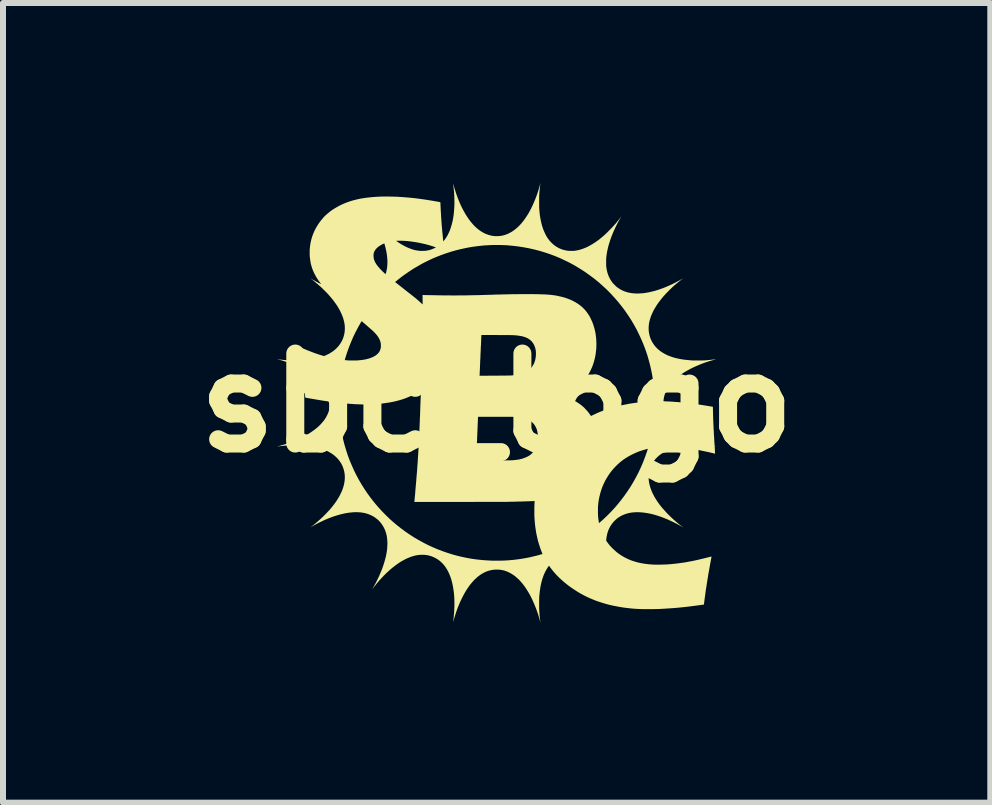
<source format=kicad_pcb>
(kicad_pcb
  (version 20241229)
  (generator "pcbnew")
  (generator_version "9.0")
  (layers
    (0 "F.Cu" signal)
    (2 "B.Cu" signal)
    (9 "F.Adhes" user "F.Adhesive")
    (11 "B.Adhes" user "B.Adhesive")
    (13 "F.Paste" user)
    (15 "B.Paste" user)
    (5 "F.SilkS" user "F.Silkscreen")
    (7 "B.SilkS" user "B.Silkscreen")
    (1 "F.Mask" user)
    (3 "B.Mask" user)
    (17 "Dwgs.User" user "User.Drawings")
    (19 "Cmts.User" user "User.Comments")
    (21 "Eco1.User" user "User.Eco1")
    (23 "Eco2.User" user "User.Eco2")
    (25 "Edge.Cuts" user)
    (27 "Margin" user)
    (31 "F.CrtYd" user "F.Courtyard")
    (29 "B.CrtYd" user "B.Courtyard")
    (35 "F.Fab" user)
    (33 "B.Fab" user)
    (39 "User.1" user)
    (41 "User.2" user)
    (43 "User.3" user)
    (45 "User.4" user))
  (footprint "sbc_logo"
    (layer "F.Cu")
    (at 5.229 3.665)
    (property "Reference" "sbc_logo" (at 0 0 0) (layer "F.SilkS") (effects (font (size 1.5 1.5) (thickness 0.3))))
    (attr board_only exclude_from_pos_files exclude_from_bom)
    (fp_poly (pts (xy -3.105 -2.076) (xy -3.106 -2.075) (xy -3.107 -2.076) (xy -3.106 -2.076)) (stroke (width 0) (type solid)) (fill yes) (layer "F.SilkS"))
    (fp_poly (pts (xy -3.105 2.076) (xy -3.106 2.076) (xy -3.107 2.076) (xy -3.106 2.075)) (stroke (width 0) (type solid)) (fill yes) (layer "F.SilkS"))
    (fp_poly (pts (xy 0.731 -3.664) (xy 0.73 -3.663) (xy 0.729 -3.664) (xy 0.73 -3.665)) (stroke (width 0) (type solid)) (fill yes) (layer "F.SilkS"))
    (fp_poly (pts (xy 0.731 3.664) (xy 0.73 3.665) (xy 0.729 3.664) (xy 0.73 3.663)) (stroke (width 0) (type solid)) (fill yes) (layer "F.SilkS"))
    (fp_poly (pts (xy 2.078 -3.107) (xy 2.077 -3.107) (xy 2.076 -3.107) (xy 2.077 -3.108)) (stroke (width 0) (type solid)) (fill yes) (layer "F.SilkS"))
    (fp_poly (pts (xy 3.664 -0.729) (xy 3.664 -0.728) (xy 3.663 -0.728) (xy 3.662 -0.728) (xy 3.662 -0.729) (xy 3.664 -0.729)) (stroke (width 0) (type solid)) (fill yes) (layer "F.SilkS"))
    (fp_poly (pts (xy 3.664 0.728) (xy 3.664 0.729) (xy 3.663 0.729) (xy 3.662 0.729) (xy 3.662 0.728) (xy 3.664 0.728)) (stroke (width 0) (type solid)) (fill yes) (layer "F.SilkS"))
    (fp_poly (pts (xy 0.729 -3.661) (xy 0.729 -3.658) (xy 0.729 -3.654) (xy 0.728 -3.647) (xy 0.727 -3.639) (xy 0.726 -3.637) (xy 0.723 -3.613) (xy 0.72 -3.587) (xy 0.717 -3.559) (xy 0.714 -3.528) (xy 0.711 -3.494) (xy 0.71 -3.474) (xy 0.709 -3.465) (xy 0.709 -3.453) (xy 0.709 -3.439) (xy 0.708 -3.423) (xy 0.708 -3.405) (xy 0.708 -3.387) (xy 0.708 -3.367) (xy 0.708 -3.348) (xy 0.708 -3.328) (xy 0.708 -3.309) (xy 0.708 -3.291) (xy 0.708 -3.274) (xy 0.709 -3.259) (xy 0.709 -3.246) (xy 0.71 -3.235) (xy 0.71 -3.231) (xy 0.714 -3.182) (xy 0.719 -3.136) (xy 0.725 -3.093) (xy 0.733 -3.052) (xy 0.741 -3.013) (xy 0.75 -2.975) (xy 0.761 -2.938) (xy 0.767 -2.918) (xy 0.779 -2.885) (xy 0.793 -2.852) (xy 0.808 -2.82) (xy 0.823 -2.789) (xy 0.84 -2.761) (xy 0.857 -2.735) (xy 0.86 -2.731) (xy 0.885 -2.699) (xy 0.912 -2.67) (xy 0.94 -2.644) (xy 0.97 -2.62) (xy 1.002 -2.599) (xy 1.035 -2.58) (xy 1.07 -2.565) (xy 1.106 -2.552) (xy 1.143 -2.543) (xy 1.182 -2.536) (xy 1.191 -2.535) (xy 1.202 -2.534) (xy 1.216 -2.533) (xy 1.231 -2.533) (xy 1.246 -2.533) (xy 1.262 -2.533) (xy 1.278 -2.533) (xy 1.292 -2.534) (xy 1.304 -2.535) (xy 1.31 -2.536) (xy 1.352 -2.544) (xy 1.394 -2.554) (xy 1.435 -2.568) (xy 1.477 -2.584) (xy 1.519 -2.603) (xy 1.561 -2.626) (xy 1.604 -2.651) (xy 1.647 -2.679) (xy 1.689 -2.709) (xy 1.711 -2.725) (xy 1.731 -2.742) (xy 1.751 -2.758) (xy 1.77 -2.774) (xy 1.79 -2.791) (xy 1.81 -2.81) (xy 1.831 -2.829) (xy 1.853 -2.851) (xy 1.869 -2.867) (xy 1.902 -2.901) (xy 1.932 -2.932) (xy 1.961 -2.964) (xy 1.988 -2.994) (xy 2.013 -3.025) (xy 2.039 -3.057) (xy 2.061 -3.086) (xy 2.066 -3.093) (xy 2.07 -3.098) (xy 2.074 -3.103) (xy 2.075 -3.105) (xy 2.076 -3.105) (xy 2.075 -3.104) (xy 2.073 -3.1) (xy 2.07 -3.095) (xy 2.066 -3.088) (xy 2.061 -3.08) (xy 2.035 -3.033) (xy 2.009 -2.985) (xy 1.984 -2.934) (xy 1.96 -2.883) (xy 1.938 -2.833) (xy 1.918 -2.783) (xy 1.91 -2.762) (xy 1.892 -2.712) (xy 1.877 -2.664) (xy 1.863 -2.618) (xy 1.852 -2.572) (xy 1.842 -2.526) (xy 1.834 -2.481) (xy 1.828 -2.435) (xy 1.827 -2.428) (xy 1.827 -2.42) (xy 1.826 -2.411) (xy 1.825 -2.402) (xy 1.825 -2.391) (xy 1.825 -2.378) (xy 1.825 -2.363) (xy 1.825 -2.345) (xy 1.825 -2.325) (xy 1.825 -2.307) (xy 1.825 -2.291) (xy 1.826 -2.277) (xy 1.828 -2.264) (xy 1.829 -2.251) (xy 1.831 -2.238) (xy 1.834 -2.223) (xy 1.836 -2.213) (xy 1.845 -2.174) (xy 1.857 -2.136) (xy 1.872 -2.1) (xy 1.889 -2.066) (xy 1.909 -2.034) (xy 1.931 -2.003) (xy 1.94 -1.993) (xy 1.948 -1.984) (xy 1.957 -1.974) (xy 1.968 -1.964) (xy 1.979 -1.953) (xy 1.99 -1.943) (xy 1.999 -1.934) (xy 2.004 -1.93) (xy 2.035 -1.908) (xy 2.067 -1.888) (xy 2.101 -1.871) (xy 2.137 -1.856) (xy 2.175 -1.844) (xy 2.214 -1.835) (xy 2.255 -1.828) (xy 2.298 -1.824) (xy 2.342 -1.822) (xy 2.388 -1.824) (xy 2.436 -1.827) (xy 2.476 -1.832) (xy 2.528 -1.841) (xy 2.582 -1.853) (xy 2.637 -1.867) (xy 2.693 -1.884) (xy 2.75 -1.904) (xy 2.808 -1.926) (xy 2.866 -1.951) (xy 2.926 -1.978) (xy 2.967 -1.999) (xy 2.989 -2.01) (xy 3.012 -2.022) (xy 3.033 -2.033) (xy 3.054 -2.045) (xy 3.074 -2.056) (xy 3.091 -2.066) (xy 3.105 -2.075) (xy 3.108 -2.076) (xy 3.108 -2.076) (xy 3.107 -2.075) (xy 3.103 -2.072) (xy 3.097 -2.068) (xy 3.089 -2.061) (xy 3.087 -2.06) (xy 3.063 -2.041) (xy 3.038 -2.021) (xy 3.012 -2) (xy 2.986 -1.978) (xy 2.96 -1.956) (xy 2.936 -1.935) (xy 2.932 -1.931) (xy 2.923 -1.922) (xy 2.912 -1.912) (xy 2.9 -1.9) (xy 2.887 -1.888) (xy 2.874 -1.875) (xy 2.861 -1.861) (xy 2.848 -1.848) (xy 2.836 -1.836) (xy 2.825 -1.825) (xy 2.816 -1.815) (xy 2.811 -1.809) (xy 2.771 -1.765) (xy 2.735 -1.72) (xy 2.701 -1.676) (xy 2.671 -1.633) (xy 2.644 -1.589) (xy 2.619 -1.547) (xy 2.598 -1.504) (xy 2.579 -1.462) (xy 2.564 -1.421) (xy 2.552 -1.38) (xy 2.542 -1.339) (xy 2.536 -1.3) (xy 2.533 -1.26) (xy 2.533 -1.222) (xy 2.536 -1.184) (xy 2.539 -1.166) (xy 2.547 -1.128) (xy 2.557 -1.092) (xy 2.571 -1.056) (xy 2.588 -1.022) (xy 2.607 -0.99) (xy 2.629 -0.959) (xy 2.653 -0.929) (xy 2.681 -0.902) (xy 2.71 -0.876) (xy 2.742 -0.852) (xy 2.775 -0.831) (xy 2.811 -0.811) (xy 2.848 -0.793) (xy 2.888 -0.777) (xy 2.93 -0.762) (xy 2.975 -0.749) (xy 3.022 -0.738) (xy 3.072 -0.728) (xy 3.124 -0.72) (xy 3.179 -0.714) (xy 3.236 -0.709) (xy 3.24 -0.708) (xy 3.25 -0.708) (xy 3.262 -0.707) (xy 3.276 -0.707) (xy 3.293 -0.707) (xy 3.31 -0.707) (xy 3.329 -0.706) (xy 3.348 -0.706) (xy 3.368 -0.706) (xy 3.387 -0.706) (xy 3.405 -0.707) (xy 3.423 -0.707) (xy 3.438 -0.707) (xy 3.452 -0.708) (xy 3.463 -0.708) (xy 3.466 -0.708) (xy 3.495 -0.71) (xy 3.523 -0.713) (xy 3.551 -0.715) (xy 3.577 -0.718) (xy 3.602 -0.721) (xy 3.624 -0.723) (xy 3.634 -0.725) (xy 3.642 -0.726) (xy 3.649 -0.727) (xy 3.655 -0.727) (xy 3.658 -0.728) (xy 3.658 -0.728) (xy 3.658 -0.727) (xy 3.654 -0.726) (xy 3.649 -0.725) (xy 3.642 -0.723) (xy 3.634 -0.72) (xy 3.579 -0.705) (xy 3.524 -0.688) (xy 3.469 -0.67) (xy 3.415 -0.65) (xy 3.362 -0.628) (xy 3.311 -0.606) (xy 3.261 -0.583) (xy 3.213 -0.558) (xy 3.168 -0.533) (xy 3.125 -0.508) (xy 3.093 -0.487) (xy 3.053 -0.459) (xy 3.016 -0.431) (xy 2.982 -0.401) (xy 2.95 -0.371) (xy 2.921 -0.341) (xy 2.895 -0.311) (xy 2.87 -0.277) (xy 2.848 -0.243) (xy 2.829 -0.208) (xy 2.813 -0.172) (xy 2.8 -0.136) (xy 2.79 -0.099) (xy 2.789 -0.093) (xy 2.788 -0.085) (xy 2.786 -0.076) (xy 2.784 -0.066) (xy 2.783 -0.056) (xy 2.782 -0.046) (xy 2.781 -0.038) (xy 2.78 -0.032) (xy 2.78 -0.029) (xy 2.78 -0.028) (xy 2.781 -0.028) (xy 2.782 -0.027) (xy 2.785 -0.026) (xy 2.789 -0.026) (xy 2.796 -0.026) (xy 2.804 -0.025) (xy 2.816 -0.025) (xy 2.816 -0.025) (xy 2.866 -0.023) (xy 2.919 -0.02) (xy 2.974 -0.016) (xy 3.031 -0.012) (xy 3.091 -0.006) (xy 3.152 0.000468) (xy 3.215 0.008) (xy 3.279 0.016) (xy 3.345 0.025) (xy 3.411 0.034) (xy 3.467 0.043) (xy 3.481 0.045) (xy 3.495 0.048) (xy 3.509 0.05) (xy 3.524 0.052) (xy 3.538 0.055) (xy 3.552 0.057) (xy 3.565 0.059) (xy 3.577 0.061) (xy 3.587 0.063) (xy 3.595 0.064) (xy 3.6 0.065) (xy 3.603 0.066) (xy 3.604 0.066) (xy 3.604 0.068) (xy 3.604 0.072) (xy 3.604 0.08) (xy 3.604 0.089) (xy 3.605 0.101) (xy 3.605 0.114) (xy 3.605 0.13) (xy 3.606 0.146) (xy 3.606 0.163) (xy 3.606 0.168) (xy 3.607 0.19) (xy 3.607 0.209) (xy 3.608 0.225) (xy 3.608 0.24) (xy 3.609 0.253) (xy 3.609 0.265) (xy 3.609 0.276) (xy 3.61 0.287) (xy 3.61 0.298) (xy 3.611 0.31) (xy 3.611 0.323) (xy 3.612 0.337) (xy 3.612 0.353) (xy 3.613 0.366) (xy 3.614 0.382) (xy 3.615 0.399) (xy 3.615 0.418) (xy 3.616 0.437) (xy 3.618 0.458) (xy 3.619 0.479) (xy 3.62 0.501) (xy 3.621 0.523) (xy 3.622 0.545) (xy 3.624 0.567) (xy 3.625 0.588) (xy 3.626 0.608) (xy 3.627 0.627) (xy 3.628 0.646) (xy 3.63 0.662) (xy 3.631 0.677) (xy 3.631 0.691) (xy 3.632 0.702) (xy 3.633 0.71) (xy 3.633 0.716) (xy 3.634 0.719) (xy 3.634 0.72) (xy 3.636 0.721) (xy 3.64 0.722) (xy 3.646 0.724) (xy 3.648 0.724) (xy 3.654 0.726) (xy 3.657 0.727) (xy 3.658 0.727) (xy 3.656 0.727) (xy 3.652 0.727) (xy 3.646 0.726) (xy 3.64 0.726) (xy 3.638 0.725) (xy 3.633 0.724) (xy 3.634 0.734) (xy 3.634 0.742) (xy 3.635 0.751) (xy 3.636 0.761) (xy 3.636 0.773) (xy 3.637 0.785) (xy 3.638 0.797) (xy 3.638 0.808) (xy 3.639 0.819) (xy 3.64 0.829) (xy 3.64 0.836) (xy 3.64 0.842) (xy 3.64 0.845) (xy 3.64 0.846) (xy 3.638 0.846) (xy 3.634 0.845) (xy 3.627 0.844) (xy 3.619 0.842) (xy 3.61 0.84) (xy 3.607 0.839) (xy 3.544 0.824) (xy 3.483 0.811) (xy 3.425 0.799) (xy 3.37 0.787) (xy 3.317 0.777) (xy 3.266 0.768) (xy 3.217 0.76) (xy 3.17 0.753) (xy 3.125 0.748) (xy 3.081 0.743) (xy 3.068 0.741) (xy 3.024 0.737) (xy 2.991 0.745) (xy 2.943 0.759) (xy 2.897 0.774) (xy 2.854 0.791) (xy 2.814 0.81) (xy 2.776 0.831) (xy 2.741 0.853) (xy 2.708 0.877) (xy 2.679 0.903) (xy 2.651 0.931) (xy 2.627 0.961) (xy 2.626 0.963) (xy 2.605 0.993) (xy 2.586 1.025) (xy 2.57 1.059) (xy 2.557 1.095) (xy 2.546 1.131) (xy 2.539 1.166) (xy 2.534 1.204) (xy 2.533 1.242) (xy 2.534 1.281) (xy 2.539 1.32) (xy 2.547 1.361) (xy 2.558 1.401) (xy 2.572 1.443) (xy 2.589 1.485) (xy 2.609 1.527) (xy 2.632 1.57) (xy 2.658 1.613) (xy 2.687 1.657) (xy 2.694 1.666) (xy 2.717 1.698) (xy 2.742 1.73) (xy 2.769 1.762) (xy 2.797 1.793) (xy 2.827 1.826) (xy 2.859 1.86) (xy 2.865 1.865) (xy 2.906 1.906) (xy 2.946 1.943) (xy 2.986 1.978) (xy 3.026 2.012) (xy 3.066 2.044) (xy 3.083 2.057) (xy 3.093 2.064) (xy 3.1 2.07) (xy 3.105 2.073) (xy 3.107 2.075) (xy 3.108 2.076) (xy 3.107 2.076) (xy 3.105 2.075) (xy 3.088 2.064) (xy 3.068 2.053) (xy 3.047 2.041) (xy 3.024 2.028) (xy 3 2.016) (xy 2.975 2.003) (xy 2.951 1.991) (xy 2.927 1.979) (xy 2.905 1.968) (xy 2.898 1.966) (xy 2.841 1.94) (xy 2.784 1.917) (xy 2.728 1.896) (xy 2.673 1.878) (xy 2.619 1.862) (xy 2.566 1.849) (xy 2.515 1.839) (xy 2.465 1.831) (xy 2.417 1.826) (xy 2.37 1.823) (xy 2.325 1.823) (xy 2.281 1.825) (xy 2.256 1.828) (xy 2.216 1.834) (xy 2.177 1.844) (xy 2.139 1.856) (xy 2.103 1.87) (xy 2.069 1.887) (xy 2.037 1.906) (xy 2.007 1.928) (xy 2.003 1.931) (xy 1.994 1.939) (xy 1.983 1.949) (xy 1.972 1.959) (xy 1.961 1.971) (xy 1.95 1.981) (xy 1.941 1.991) (xy 1.94 1.993) (xy 1.917 2.023) (xy 1.896 2.054) (xy 1.878 2.088) (xy 1.862 2.123) (xy 1.849 2.16) (xy 1.839 2.199) (xy 1.831 2.239) (xy 1.827 2.275) (xy 1.826 2.282) (xy 1.825 2.288) (xy 1.825 2.292) (xy 1.826 2.296) (xy 1.828 2.3) (xy 1.83 2.305) (xy 1.834 2.31) (xy 1.839 2.317) (xy 1.845 2.326) (xy 1.849 2.331) (xy 1.862 2.348) (xy 1.873 2.362) (xy 1.884 2.376) (xy 1.896 2.389) (xy 1.908 2.402) (xy 1.922 2.417) (xy 1.924 2.419) (xy 1.96 2.453) (xy 1.996 2.485) (xy 2.034 2.514) (xy 2.073 2.541) (xy 2.115 2.566) (xy 2.148 2.584) (xy 2.19 2.604) (xy 2.234 2.623) (xy 2.28 2.639) (xy 2.327 2.653) (xy 2.377 2.666) (xy 2.428 2.676) (xy 2.481 2.684) (xy 2.537 2.691) (xy 2.595 2.695) (xy 2.605 2.696) (xy 2.616 2.696) (xy 2.631 2.696) (xy 2.647 2.697) (xy 2.665 2.697) (xy 2.685 2.697) (xy 2.705 2.697) (xy 2.726 2.697) (xy 2.747 2.696) (xy 2.767 2.696) (xy 2.786 2.695) (xy 2.804 2.695) (xy 2.82 2.694) (xy 2.833 2.694) (xy 2.838 2.693) (xy 2.884 2.69) (xy 2.93 2.686) (xy 2.975 2.681) (xy 3.019 2.676) (xy 3.063 2.67) (xy 3.108 2.664) (xy 3.152 2.657) (xy 3.198 2.648) (xy 3.245 2.64) (xy 3.293 2.63) (xy 3.343 2.619) (xy 3.394 2.607) (xy 3.448 2.594) (xy 3.505 2.58) (xy 3.52 2.576) (xy 3.534 2.573) (xy 3.546 2.57) (xy 3.557 2.567) (xy 3.566 2.565) (xy 3.574 2.563) (xy 3.579 2.562) (xy 3.581 2.562) (xy 3.581 2.562) (xy 3.581 2.563) (xy 3.58 2.568) (xy 3.579 2.575) (xy 3.578 2.583) (xy 3.576 2.593) (xy 3.574 2.605) (xy 3.573 2.608) (xy 3.567 2.642) (xy 3.56 2.678) (xy 3.553 2.717) (xy 3.546 2.757) (xy 3.539 2.798) (xy 3.531 2.84) (xy 3.524 2.883) (xy 3.517 2.927) (xy 3.51 2.97) (xy 3.503 3.013) (xy 3.497 3.055) (xy 3.49 3.097) (xy 3.484 3.137) (xy 3.479 3.175) (xy 3.474 3.212) (xy 3.469 3.246) (xy 3.465 3.278) (xy 3.462 3.303) (xy 3.46 3.314) (xy 3.459 3.325) (xy 3.458 3.335) (xy 3.457 3.344) (xy 3.456 3.35) (xy 3.456 3.353) (xy 3.455 3.362) (xy 3.39 3.371) (xy 3.285 3.385) (xy 3.183 3.398) (xy 3.083 3.409) (xy 2.986 3.418) (xy 2.891 3.425) (xy 2.799 3.431) (xy 2.709 3.436) (xy 2.621 3.438) (xy 2.535 3.439) (xy 2.527 3.439) (xy 2.46 3.439) (xy 2.396 3.437) (xy 2.333 3.434) (xy 2.272 3.43) (xy 2.213 3.424) (xy 2.153 3.417) (xy 2.094 3.409) (xy 2.034 3.399) (xy 2.014 3.395) (xy 1.938 3.38) (xy 1.863 3.363) (xy 1.792 3.343) (xy 1.722 3.321) (xy 1.654 3.298) (xy 1.588 3.271) (xy 1.523 3.243) (xy 1.46 3.212) (xy 1.399 3.179) (xy 1.365 3.159) (xy 1.306 3.122) (xy 1.249 3.084) (xy 1.195 3.045) (xy 1.143 3.004) (xy 1.094 2.962) (xy 1.047 2.919) (xy 1.003 2.875) (xy 0.962 2.83) (xy 0.924 2.784) (xy 0.889 2.738) (xy 0.884 2.731) (xy 0.88 2.724) (xy 0.876 2.72) (xy 0.874 2.717) (xy 0.873 2.716) (xy 0.872 2.716) (xy 0.869 2.719) (xy 0.865 2.724) (xy 0.861 2.73) (xy 0.86 2.731) (xy 0.843 2.756) (xy 0.826 2.784) (xy 0.81 2.814) (xy 0.795 2.846) (xy 0.781 2.879) (xy 0.769 2.913) (xy 0.767 2.918) (xy 0.756 2.954) (xy 0.746 2.991) (xy 0.737 3.03) (xy 0.729 3.07) (xy 0.723 3.112) (xy 0.717 3.156) (xy 0.712 3.203) (xy 0.71 3.231) (xy 0.709 3.239) (xy 0.709 3.251) (xy 0.709 3.265) (xy 0.708 3.28) (xy 0.708 3.298) (xy 0.708 3.316) (xy 0.708 3.336) (xy 0.708 3.355) (xy 0.708 3.375) (xy 0.708 3.394) (xy 0.708 3.412) (xy 0.708 3.429) (xy 0.709 3.445) (xy 0.709 3.458) (xy 0.71 3.469) (xy 0.71 3.474) (xy 0.713 3.509) (xy 0.715 3.542) (xy 0.718 3.572) (xy 0.721 3.599) (xy 0.725 3.624) (xy 0.726 3.637) (xy 0.728 3.645) (xy 0.728 3.652) (xy 0.729 3.658) (xy 0.729 3.66) (xy 0.729 3.661) (xy 0.729 3.66) (xy 0.728 3.656) (xy 0.726 3.651) (xy 0.725 3.644) (xy 0.724 3.641) (xy 0.707 3.581) (xy 0.689 3.521) (xy 0.669 3.463) (xy 0.647 3.405) (xy 0.624 3.349) (xy 0.6 3.295) (xy 0.575 3.242) (xy 0.549 3.192) (xy 0.521 3.145) (xy 0.493 3.1) (xy 0.492 3.098) (xy 0.463 3.056) (xy 0.433 3.017) (xy 0.402 2.98) (xy 0.371 2.947) (xy 0.338 2.917) (xy 0.306 2.889) (xy 0.272 2.865) (xy 0.238 2.844) (xy 0.21 2.829) (xy 0.18 2.815) (xy 0.151 2.804) (xy 0.122 2.794) (xy 0.093 2.788) (xy 0.064 2.783) (xy 0.033 2.78) (xy 0.015 2.779) (xy -0.024 2.78) (xy -0.062 2.783) (xy -0.099 2.79) (xy -0.136 2.799) (xy -0.172 2.812) (xy -0.207 2.828) (xy -0.242 2.847) (xy -0.276 2.869) (xy -0.31 2.894) (xy -0.343 2.923) (xy -0.376 2.954) (xy -0.407 2.989) (xy -0.421 3.005) (xy -0.451 3.042) (xy -0.479 3.082) (xy -0.507 3.124) (xy -0.534 3.17) (xy -0.56 3.218) (xy -0.585 3.268) (xy -0.61 3.32) (xy -0.633 3.374) (xy -0.655 3.43) (xy -0.675 3.487) (xy -0.694 3.546) (xy -0.712 3.606) (xy -0.721 3.638) (xy -0.723 3.646) (xy -0.725 3.652) (xy -0.726 3.657) (xy -0.727 3.659) (xy -0.727 3.659) (xy -0.723 3.628) (xy -0.719 3.599) (xy -0.716 3.573) (xy -0.714 3.547) (xy -0.712 3.523) (xy -0.71 3.498) (xy -0.708 3.474) (xy -0.707 3.448) (xy -0.706 3.42) (xy -0.705 3.405) (xy -0.704 3.358) (xy -0.705 3.309) (xy -0.706 3.261) (xy -0.709 3.213) (xy -0.713 3.167) (xy -0.715 3.152) (xy -0.723 3.097) (xy -0.732 3.044) (xy -0.743 2.994) (xy -0.756 2.946) (xy -0.771 2.901) (xy -0.788 2.858) (xy -0.806 2.818) (xy -0.826 2.78) (xy -0.848 2.745) (xy -0.872 2.712) (xy -0.898 2.682) (xy -0.925 2.655) (xy -0.954 2.63) (xy -0.985 2.608) (xy -1.017 2.589) (xy -1.033 2.581) (xy -1.054 2.571) (xy -1.073 2.563) (xy -1.092 2.556) (xy -1.111 2.55) (xy -1.131 2.545) (xy -1.146 2.541) (xy -1.163 2.538) (xy -1.18 2.536) (xy -1.196 2.534) (xy -1.214 2.533) (xy -1.233 2.533) (xy -1.252 2.533) (xy -1.27 2.533) (xy -1.286 2.534) (xy -1.301 2.535) (xy -1.315 2.537) (xy -1.33 2.54) (xy -1.346 2.543) (xy -1.353 2.544) (xy -1.393 2.555) (xy -1.435 2.568) (xy -1.476 2.585) (xy -1.519 2.604) (xy -1.561 2.627) (xy -1.605 2.652) (xy -1.648 2.681) (xy -1.692 2.713) (xy -1.736 2.747) (xy -1.773 2.778) (xy -1.807 2.809) (xy -1.842 2.841) (xy -1.877 2.876) (xy -1.912 2.913) (xy -1.947 2.95) (xy -1.98 2.988) (xy -2.011 3.026) (xy -2.041 3.063) (xy -2.059 3.087) (xy -2.064 3.093) (xy -2.069 3.099) (xy -2.072 3.104) (xy -2.074 3.106) (xy -2.074 3.107) (xy -2.075 3.107) (xy -2.075 3.106) (xy -2.074 3.105) (xy -2.072 3.102) (xy -2.07 3.098) (xy -2.066 3.092) (xy -2.062 3.084) (xy -2.056 3.073) (xy -2.054 3.071) (xy -2.04 3.046) (xy -2.025 3.019) (xy -2.01 2.991) (xy -1.995 2.961) (xy -1.981 2.932) (xy -1.967 2.903) (xy -1.954 2.875) (xy -1.953 2.871) (xy -1.928 2.813) (xy -1.905 2.755) (xy -1.886 2.699) (xy -1.869 2.644) (xy -1.854 2.59) (xy -1.842 2.538) (xy -1.833 2.487) (xy -1.826 2.438) (xy -1.823 2.39) (xy -1.821 2.344) (xy -1.823 2.299) (xy -1.827 2.256) (xy -1.833 2.215) (xy -1.843 2.175) (xy -1.855 2.137) (xy -1.86 2.124) (xy -1.876 2.088) (xy -1.894 2.055) (xy -1.915 2.023) (xy -1.938 1.993) (xy -1.963 1.965) (xy -1.991 1.94) (xy -2.02 1.917) (xy -2.052 1.896) (xy -2.085 1.878) (xy -2.12 1.862) (xy -2.157 1.849) (xy -2.184 1.841) (xy -2.225 1.832) (xy -2.267 1.826) (xy -2.312 1.823) (xy -2.357 1.822) (xy -2.405 1.825) (xy -2.454 1.83) (xy -2.505 1.837) (xy -2.557 1.848) (xy -2.611 1.861) (xy -2.666 1.877) (xy -2.723 1.895) (xy -2.779 1.916) (xy -2.812 1.929) (xy -2.846 1.943) (xy -2.88 1.958) (xy -2.915 1.975) (xy -2.95 1.991) (xy -2.985 2.009) (xy -3.018 2.026) (xy -3.049 2.043) (xy -3.078 2.059) (xy -3.086 2.065) (xy -3.094 2.069) (xy -3.099 2.072) (xy -3.102 2.074) (xy -3.103 2.074) (xy -3.102 2.073) (xy -3.098 2.07) (xy -3.091 2.065) (xy -3.083 2.058) (xy -3.08 2.056) (xy -3.041 2.026) (xy -3.003 1.995) (xy -2.966 1.962) (xy -2.928 1.928) (xy -2.889 1.892) (xy -2.875 1.877) (xy -2.845 1.847) (xy -2.817 1.817) (xy -2.79 1.789) (xy -2.766 1.761) (xy -2.742 1.732) (xy -2.72 1.703) (xy -2.71 1.691) (xy -2.678 1.647) (xy -2.65 1.603) (xy -2.624 1.56) (xy -2.602 1.517) (xy -2.582 1.474) (xy -2.566 1.433) (xy -2.553 1.391) (xy -2.543 1.35) (xy -2.536 1.31) (xy -2.532 1.27) (xy -2.531 1.231) (xy -2.531 1.227) (xy -2.534 1.188) (xy -2.54 1.15) (xy -2.549 1.113) (xy -2.561 1.077) (xy -2.575 1.042) (xy -2.593 1.008) (xy -2.614 0.976) (xy -2.623 0.964) (xy -2.647 0.934) (xy -2.674 0.906) (xy -2.703 0.88) (xy -2.735 0.855) (xy -2.77 0.833) (xy -2.807 0.812) (xy -2.847 0.793) (xy -2.89 0.776) (xy -2.935 0.76) (xy -2.983 0.747) (xy -3.033 0.735) (xy -3.052 0.731) (xy -3.098 0.723) (xy -3.147 0.717) (xy -3.198 0.712) (xy -3.25 0.708) (xy -3.305 0.706) (xy -3.36 0.706) (xy -3.416 0.707) (xy -3.472 0.709) (xy -3.529 0.713) (xy -3.566 0.717) (xy -3.577 0.718) (xy -3.591 0.72) (xy -3.605 0.721) (xy -3.619 0.723) (xy -3.633 0.725) (xy -3.645 0.726) (xy -3.656 0.728) (xy -3.66 0.729) (xy -3.661 0.729) (xy -3.658 0.728) (xy -3.654 0.726) (xy -3.647 0.725) (xy -3.641 0.723) (xy -3.581 0.706) (xy -3.521 0.688) (xy -3.462 0.668) (xy -3.405 0.647) (xy -3.349 0.624) (xy -3.296 0.6) (xy -3.244 0.575) (xy -3.194 0.549) (xy -3.147 0.523) (xy -3.103 0.495) (xy -3.094 0.489) (xy -3.051 0.459) (xy -3.012 0.429) (xy -2.975 0.398) (xy -2.942 0.366) (xy -2.912 0.333) (xy -2.884 0.3) (xy -2.86 0.266) (xy -2.839 0.231) (xy -2.821 0.196) (xy -2.806 0.16) (xy -2.796 0.129) (xy -2.789 0.103) (xy -2.784 0.078) (xy -2.781 0.053) (xy -2.778 0.026) (xy -2.778 0.011) (xy -2.777 -0.00046) (xy -2.63 -0.00046) (xy -2.63 0.039) (xy -2.629 0.088) (xy -2.627 0.14) (xy -2.624 0.193) (xy -2.619 0.248) (xy -2.613 0.303) (xy -2.606 0.359) (xy -2.598 0.415) (xy -2.589 0.469) (xy -2.579 0.522) (xy -2.559 0.612) (xy -2.536 0.701) (xy -2.51 0.788) (xy -2.482 0.875) (xy -2.45 0.96) (xy -2.415 1.043) (xy -2.378 1.126) (xy -2.338 1.207) (xy -2.295 1.287) (xy -2.249 1.365) (xy -2.201 1.441) (xy -2.15 1.516) (xy -2.096 1.59) (xy -2.04 1.661) (xy -1.981 1.731) (xy -1.92 1.798) (xy -1.856 1.864) (xy -1.79 1.928) (xy -1.744 1.97) (xy -1.675 2.029) (xy -1.604 2.085) (xy -1.532 2.139) (xy -1.457 2.191) (xy -1.381 2.24) (xy -1.303 2.286) (xy -1.223 2.33) (xy -1.143 2.371) (xy -1.06 2.409) (xy -0.977 2.444) (xy -0.892 2.476) (xy -0.807 2.505) (xy -0.72 2.532) (xy -0.633 2.555) (xy -0.566 2.57) (xy -0.5 2.584) (xy -0.434 2.596) (xy -0.368 2.606) (xy -0.301 2.614) (xy -0.233 2.621) (xy -0.163 2.626) (xy -0.09 2.63) (xy -0.084 2.63) (xy -0.075 2.631) (xy -0.064 2.631) (xy -0.05 2.631) (xy -0.035 2.631) (xy -0.018 2.631) (xy -0.001 2.631) (xy 0.017 2.631) (xy 0.034 2.631) (xy 0.051 2.631) (xy 0.067 2.631) (xy 0.08 2.63) (xy 0.092 2.63) (xy 0.1 2.63) (xy 0.192 2.625) (xy 0.282 2.617) (xy 0.371 2.606) (xy 0.46 2.592) (xy 0.548 2.575) (xy 0.628 2.556) (xy 0.645 2.552) (xy 0.663 2.548) (xy 0.681 2.543) (xy 0.7 2.538) (xy 0.717 2.533) (xy 0.733 2.528) (xy 0.747 2.524) (xy 0.753 2.523) (xy 0.764 2.519) (xy 0.75 2.485) (xy 0.727 2.424) (xy 0.707 2.362) (xy 0.688 2.298) (xy 0.673 2.234) (xy 0.659 2.167) (xy 0.648 2.099) (xy 0.639 2.029) (xy 0.633 1.958) (xy 0.63 1.918) (xy 0.629 1.896) (xy 0.628 1.871) (xy 0.628 1.844) (xy 0.628 1.817) (xy 0.628 1.799) (xy 1.688 1.799) (xy 1.688 1.816) (xy 1.688 1.833) (xy 1.688 1.849) (xy 1.689 1.862) (xy 1.689 1.874) (xy 1.689 1.878) (xy 1.691 1.894) (xy 1.692 1.912) (xy 1.694 1.929) (xy 1.696 1.947) (xy 1.699 1.964) (xy 1.701 1.98) (xy 1.703 1.993) (xy 1.705 2) (xy 1.705 2.002) (xy 1.705 2.003) (xy 1.706 2.003) (xy 1.708 2.003) (xy 1.71 2.001) (xy 1.714 1.998) (xy 1.72 1.993) (xy 1.728 1.986) (xy 1.728 1.985) (xy 1.761 1.957) (xy 1.794 1.926) (xy 1.828 1.894) (xy 1.862 1.86) (xy 1.895 1.827) (xy 1.927 1.793) (xy 1.957 1.76) (xy 1.96 1.758) (xy 2.02 1.688) (xy 2.077 1.617) (xy 2.132 1.544) (xy 2.184 1.469) (xy 2.234 1.393) (xy 2.281 1.315) (xy 2.325 1.235) (xy 2.367 1.154) (xy 2.405 1.072) (xy 2.441 0.988) (xy 2.473 0.904) (xy 2.503 0.818) (xy 2.503 0.817) (xy 2.507 0.807) (xy 2.51 0.797) (xy 2.513 0.788) (xy 2.515 0.781) (xy 2.517 0.776) (xy 2.517 0.775) (xy 2.519 0.766) (xy 2.514 0.767) (xy 2.511 0.768) (xy 2.506 0.769) (xy 2.498 0.771) (xy 2.489 0.774) (xy 2.479 0.776) (xy 2.478 0.777) (xy 2.419 0.794) (xy 2.362 0.814) (xy 2.307 0.837) (xy 2.254 0.862) (xy 2.204 0.889) (xy 2.155 0.918) (xy 2.108 0.95) (xy 2.064 0.984) (xy 2.022 1.021) (xy 1.982 1.06) (xy 1.944 1.101) (xy 1.908 1.144) (xy 1.875 1.189) (xy 1.867 1.201) (xy 1.837 1.249) (xy 1.809 1.297) (xy 1.785 1.347) (xy 1.763 1.397) (xy 1.744 1.449) (xy 1.743 1.453) (xy 1.727 1.506) (xy 1.714 1.558) (xy 1.703 1.61) (xy 1.695 1.664) (xy 1.69 1.719) (xy 1.689 1.727) (xy 1.689 1.737) (xy 1.688 1.751) (xy 1.688 1.766) (xy 1.688 1.782) (xy 1.688 1.799) (xy 0.628 1.799) (xy 0.628 1.789) (xy 0.628 1.761) (xy 0.628 1.733) (xy 0.629 1.707) (xy 0.63 1.682) (xy 0.631 1.66) (xy 0.632 1.653) (xy 0.632 1.647) (xy 0.632 1.641) (xy 0.633 1.638) (xy 0.633 1.637) (xy 0.631 1.637) (xy 0.626 1.637) (xy 0.619 1.637) (xy 0.61 1.637) (xy 0.599 1.638) (xy 0.587 1.638) (xy 0.573 1.639) (xy 0.57 1.639) (xy 0.549 1.64) (xy 0.529 1.64) (xy 0.508 1.641) (xy 0.488 1.642) (xy 0.466 1.643) (xy 0.444 1.643) (xy 0.42 1.644) (xy 0.395 1.645) (xy 0.369 1.645) (xy 0.34 1.646) (xy 0.31 1.647) (xy 0.277 1.648) (xy 0.242 1.648) (xy 0.204 1.649) (xy 0.186 1.65) (xy 0.176 1.65) (xy 0.165 1.65) (xy 0.151 1.65) (xy 0.135 1.65) (xy 0.116 1.65) (xy 0.095 1.651) (xy 0.072 1.651) (xy 0.045 1.651) (xy 0.017 1.651) (xy -0.015 1.651) (xy -0.049 1.651) (xy -0.086 1.651) (xy -0.125 1.651) (xy -0.167 1.651) (xy -0.213 1.651) (xy -0.261 1.651) (xy -0.312 1.651) (xy -0.366 1.651) (xy -0.423 1.652) (xy -0.483 1.652) (xy -0.546 1.652) (xy -0.612 1.652) (xy -0.636 1.652) (xy -1.372 1.652) (xy -1.372 1.647) (xy -1.371 1.644) (xy -1.371 1.638) (xy -1.37 1.629) (xy -1.369 1.618) (xy -1.368 1.605) (xy -1.366 1.589) (xy -1.365 1.572) (xy -1.363 1.554) (xy -1.361 1.534) (xy -1.359 1.513) (xy -1.357 1.491) (xy -1.356 1.469) (xy -1.354 1.446) (xy -1.352 1.424) (xy -1.35 1.401) (xy -1.348 1.379) (xy -1.346 1.358) (xy -1.344 1.338) (xy -1.343 1.318) (xy -1.341 1.301) (xy -1.34 1.284) (xy -1.339 1.275) (xy -1.335 1.22) (xy -1.33 1.168) (xy -1.326 1.118) (xy -1.323 1.068) (xy -1.319 1.02) (xy -1.316 0.973) (xy -1.315 0.96) (xy -0.341 0.96) (xy -0.05 0.959) (xy -0.008 0.959) (xy 0.031 0.959) (xy 0.067 0.959) (xy 0.1 0.959) (xy 0.13 0.959) (xy 0.157 0.959) (xy 0.18 0.958) (xy 0.201 0.958) (xy 0.219 0.958) (xy 0.234 0.958) (xy 0.245 0.958) (xy 0.254 0.957) (xy 0.26 0.957) (xy 0.262 0.957) (xy 0.287 0.955) (xy 0.31 0.952) (xy 0.33 0.95) (xy 0.348 0.948) (xy 0.365 0.945) (xy 0.381 0.942) (xy 0.396 0.938) (xy 0.411 0.935) (xy 0.427 0.93) (xy 0.443 0.925) (xy 0.445 0.924) (xy 0.475 0.913) (xy 0.503 0.901) (xy 0.528 0.888) (xy 0.551 0.874) (xy 0.572 0.858) (xy 0.59 0.84) (xy 0.607 0.82) (xy 0.623 0.798) (xy 0.637 0.774) (xy 0.64 0.769) (xy 0.654 0.738) (xy 0.666 0.706) (xy 0.675 0.673) (xy 0.681 0.638) (xy 0.685 0.602) (xy 0.686 0.564) (xy 0.686 0.556) (xy 0.685 0.528) (xy 0.682 0.503) (xy 0.678 0.48) (xy 0.673 0.459) (xy 0.667 0.438) (xy 0.658 0.417) (xy 0.654 0.409) (xy 0.64 0.383) (xy 0.624 0.359) (xy 0.606 0.338) (xy 0.585 0.318) (xy 0.561 0.301) (xy 0.535 0.285) (xy 0.525 0.28) (xy 0.507 0.271) (xy 0.488 0.264) (xy 0.469 0.257) (xy 0.449 0.252) (xy 0.427 0.247) (xy 0.404 0.243) (xy 0.379 0.24) (xy 0.354 0.238) (xy 0.345 0.237) (xy 0.336 0.236) (xy 0.326 0.236) (xy 0.316 0.235) (xy 0.305 0.235) (xy 0.293 0.234) (xy 0.28 0.234) (xy 0.266 0.233) (xy 0.251 0.233) (xy 0.234 0.233) (xy 0.215 0.233) (xy 0.195 0.233) (xy 0.172 0.232) (xy 0.147 0.232) (xy 0.12 0.232) (xy 0.091 0.232) (xy 0.059 0.232) (xy 0.024 0.232) (xy -0.014 0.232) (xy -0.042 0.232) (xy -0.311 0.233) (xy -0.326 0.587) (xy -0.327 0.621) (xy -0.329 0.653) (xy -0.33 0.685) (xy -0.331 0.716) (xy -0.332 0.746) (xy -0.334 0.774) (xy -0.335 0.8) (xy -0.336 0.825) (xy -0.337 0.849) (xy -0.337 0.87) (xy -0.338 0.889) (xy -0.339 0.906) (xy -0.339 0.92) (xy -0.34 0.932) (xy -0.34 0.941) (xy -0.341 0.947) (xy -0.341 0.95) (xy -0.341 0.951) (xy -0.341 0.96) (xy -1.315 0.96) (xy -1.313 0.926) (xy -1.31 0.879) (xy -1.307 0.832) (xy -1.304 0.784) (xy -1.301 0.734) (xy -1.299 0.684) (xy -1.296 0.632) (xy -1.293 0.578) (xy -1.291 0.521) (xy -1.288 0.461) (xy -1.288 0.454) (xy -1.287 0.433) (xy -1.286 0.412) (xy -1.285 0.388) (xy -1.284 0.363) (xy -1.283 0.337) (xy -1.282 0.31) (xy -1.281 0.282) (xy -1.28 0.253) (xy -1.278 0.224) (xy -1.277 0.195) (xy -1.276 0.165) (xy -1.275 0.135) (xy -1.274 0.105) (xy -1.273 0.076) (xy -1.272 0.047) (xy -1.271 0.019) (xy -1.27 -0.008) (xy -1.269 -0.034) (xy -1.268 -0.059) (xy -1.267 -0.083) (xy -1.266 -0.105) (xy -1.265 -0.126) (xy -1.265 -0.144) (xy -1.264 -0.161) (xy -1.264 -0.175) (xy -1.263 -0.187) (xy -1.263 -0.197) (xy -1.263 -0.203) (xy -1.263 -0.207) (xy -1.263 -0.208) (xy -1.265 -0.207) (xy -1.268 -0.205) (xy -1.274 -0.202) (xy -1.281 -0.197) (xy -1.288 -0.193) (xy -1.34 -0.161) (xy -1.394 -0.132) (xy -1.449 -0.106) (xy -1.506 -0.082) (xy -1.564 -0.061) (xy -1.624 -0.043) (xy -1.686 -0.027) (xy -1.731 -0.017) (xy -1.789 -0.006) (xy -1.848 0.003) (xy -1.908 0.011) (xy -1.969 0.017) (xy -2.031 0.022) (xy -2.094 0.025) (xy -2.158 0.027) (xy -2.224 0.027) (xy -2.293 0.025) (xy -2.363 0.022) (xy -2.435 0.017) (xy -2.51 0.011) (xy -2.57 0.006) (xy -2.581 0.004) (xy -2.592 0.003) (xy -2.602 0.002) (xy -2.611 0.001) (xy -2.617 0.001) (xy -2.619 0.001) (xy -2.63 -0.00046) (xy -2.777 -0.00046) (xy -2.777 -0.019) (xy -2.781 -0.02) (xy -2.784 -0.02) (xy -2.79 -0.021) (xy -2.798 -0.022) (xy -2.806 -0.024) (xy -2.81 -0.024) (xy -2.825 -0.026) (xy -2.841 -0.029) (xy -2.859 -0.031) (xy -2.878 -0.034) (xy -2.899 -0.037) (xy -2.92 -0.041) (xy -2.942 -0.044) (xy -2.964 -0.048) (xy -2.986 -0.052) (xy -3.009 -0.055) (xy -3.031 -0.059) (xy -3.052 -0.063) (xy -3.073 -0.066) (xy -3.093 -0.07) (xy -3.112 -0.073) (xy -3.129 -0.076) (xy -3.145 -0.079) (xy -3.158 -0.081) (xy -3.17 -0.084) (xy -3.179 -0.085) (xy -3.186 -0.087) (xy -3.19 -0.088) (xy -3.191 -0.088) (xy -3.191 -0.09) (xy -3.191 -0.095) (xy -3.192 -0.102) (xy -3.193 -0.111) (xy -3.194 -0.123) (xy -3.195 -0.135) (xy -3.196 -0.149) (xy -3.196 -0.161) (xy -3.198 -0.192) (xy -3.2 -0.224) (xy -3.203 -0.257) (xy -3.205 -0.29) (xy -3.208 -0.323) (xy -3.21 -0.357) (xy -3.212 -0.389) (xy -3.215 -0.421) (xy -3.217 -0.451) (xy -3.218 -0.457) (xy -0.285 -0.457) (xy -0.285 -0.452) (xy -0.043 -0.453) (xy -0.011 -0.453) (xy 0.02 -0.453) (xy 0.05 -0.454) (xy 0.077 -0.454) (xy 0.103 -0.454) (xy 0.127 -0.454) (xy 0.149 -0.454) (xy 0.169 -0.455) (xy 0.186 -0.455) (xy 0.201 -0.455) (xy 0.213 -0.455) (xy 0.222 -0.455) (xy 0.228 -0.456) (xy 0.229 -0.456) (xy 0.262 -0.458) (xy 0.292 -0.461) (xy 0.32 -0.464) (xy 0.347 -0.468) (xy 0.372 -0.473) (xy 0.397 -0.479) (xy 0.421 -0.486) (xy 0.44 -0.492) (xy 0.469 -0.503) (xy 0.496 -0.516) (xy 0.521 -0.532) (xy 0.544 -0.551) (xy 0.566 -0.572) (xy 0.586 -0.596) (xy 0.589 -0.6) (xy 0.603 -0.622) (xy 0.616 -0.644) (xy 0.626 -0.667) (xy 0.635 -0.692) (xy 0.642 -0.715) (xy 0.647 -0.737) (xy 0.65 -0.759) (xy 0.653 -0.78) (xy 0.654 -0.802) (xy 0.654 -0.819) (xy 0.654 -0.845) (xy 0.652 -0.868) (xy 0.648 -0.891) (xy 0.643 -0.913) (xy 0.636 -0.933) (xy 0.626 -0.958) (xy 0.615 -0.981) (xy 0.601 -1.002) (xy 0.586 -1.022) (xy 0.577 -1.031) (xy 0.559 -1.047) (xy 0.54 -1.062) (xy 0.519 -1.075) (xy 0.496 -1.086) (xy 0.471 -1.096) (xy 0.444 -1.104) (xy 0.414 -1.112) (xy 0.382 -1.117) (xy 0.347 -1.122) (xy 0.333 -1.124) (xy 0.325 -1.124) (xy 0.317 -1.125) (xy 0.31 -1.126) (xy 0.303 -1.126) (xy 0.295 -1.127) (xy 0.288 -1.127) (xy 0.28 -1.128) (xy 0.271 -1.128) (xy 0.261 -1.129) (xy 0.25 -1.129) (xy 0.238 -1.129) (xy 0.225 -1.129) (xy 0.21 -1.13) (xy 0.194 -1.13) (xy 0.175 -1.13) (xy 0.155 -1.13) (xy 0.132 -1.13) (xy 0.107 -1.13) (xy 0.079 -1.13) (xy 0.049 -1.13) (xy 0.015 -1.13) (xy 0.003 -1.131) (xy -0.254 -1.131) (xy -0.255 -1.123) (xy -0.255 -1.12) (xy -0.255 -1.115) (xy -0.256 -1.107) (xy -0.256 -1.096) (xy -0.257 -1.083) (xy -0.258 -1.068) (xy -0.258 -1.05) (xy -0.259 -1.03) (xy -0.26 -1.009) (xy -0.261 -0.986) (xy -0.262 -0.962) (xy -0.264 -0.937) (xy -0.265 -0.911) (xy -0.266 -0.884) (xy -0.267 -0.856) (xy -0.269 -0.828) (xy -0.27 -0.8) (xy -0.271 -0.771) (xy -0.272 -0.743) (xy -0.274 -0.715) (xy -0.275 -0.687) (xy -0.276 -0.661) (xy -0.277 -0.635) (xy -0.278 -0.61) (xy -0.279 -0.586) (xy -0.28 -0.564) (xy -0.281 -0.543) (xy -0.282 -0.524) (xy -0.283 -0.507) (xy -0.283 -0.492) (xy -0.284 -0.48) (xy -0.284 -0.47) (xy -0.285 -0.463) (xy -0.285 -0.458) (xy -0.285 -0.457) (xy -3.218 -0.457) (xy -3.219 -0.48) (xy -3.222 -0.506) (xy -3.224 -0.53) (xy -3.225 -0.547) (xy -3.227 -0.567) (xy -3.238 -0.573) (xy -3.298 -0.601) (xy -3.361 -0.629) (xy -3.426 -0.654) (xy -3.492 -0.678) (xy -3.559 -0.7) (xy -3.626 -0.719) (xy -3.641 -0.723) (xy -3.649 -0.725) (xy -3.655 -0.727) (xy -3.659 -0.728) (xy -3.661 -0.729) (xy -3.66 -0.729) (xy -3.622 -0.723) (xy -3.582 -0.718) (xy -3.539 -0.714) (xy -3.496 -0.711) (xy -3.452 -0.708) (xy -3.408 -0.706) (xy -3.366 -0.706) (xy -3.347 -0.706) (xy -3.332 -0.706) (xy -3.317 -0.706) (xy -3.302 -0.706) (xy -3.288 -0.706) (xy -3.276 -0.707) (xy -3.264 -0.707) (xy -3.255 -0.708) (xy -3.248 -0.708) (xy -3.243 -0.709) (xy -3.241 -0.709) (xy -3.241 -0.711) (xy -3.241 -0.713) (xy -2.532 -0.713) (xy -2.53 -0.713) (xy -2.526 -0.712) (xy -2.52 -0.711) (xy -2.511 -0.711) (xy -2.502 -0.71) (xy -2.492 -0.709) (xy -2.483 -0.708) (xy -2.473 -0.708) (xy -2.465 -0.707) (xy -2.458 -0.707) (xy -2.456 -0.707) (xy -2.448 -0.706) (xy -2.436 -0.706) (xy -2.423 -0.706) (xy -2.408 -0.706) (xy -2.393 -0.706) (xy -2.377 -0.706) (xy -2.362 -0.706) (xy -2.348 -0.706) (xy -2.336 -0.707) (xy -2.326 -0.707) (xy -2.323 -0.707) (xy -2.279 -0.711) (xy -2.237 -0.716) (xy -2.198 -0.722) (xy -2.16 -0.731) (xy -2.125 -0.74) (xy -2.093 -0.752) (xy -2.063 -0.764) (xy -2.036 -0.779) (xy -2.019 -0.789) (xy -2.009 -0.796) (xy -1.998 -0.805) (xy -1.988 -0.815) (xy -1.978 -0.825) (xy -1.969 -0.834) (xy -1.962 -0.843) (xy -1.961 -0.844) (xy -1.949 -0.865) (xy -1.94 -0.887) (xy -1.933 -0.911) (xy -1.933 -0.912) (xy -1.932 -0.919) (xy -1.931 -0.926) (xy -1.93 -0.935) (xy -1.93 -0.947) (xy -1.93 -0.953) (xy -1.931 -0.972) (xy -1.932 -0.989) (xy -1.935 -1.005) (xy -1.939 -1.02) (xy -1.943 -1.034) (xy -1.952 -1.055) (xy -1.963 -1.077) (xy -1.977 -1.1) (xy -1.993 -1.123) (xy -2.012 -1.146) (xy -2.033 -1.169) (xy -2.055 -1.191) (xy -2.06 -1.196) (xy -2.064 -1.2) (xy -2.07 -1.205) (xy -2.078 -1.213) (xy -2.088 -1.221) (xy -2.098 -1.23) (xy -2.11 -1.24) (xy -2.122 -1.251) (xy -2.135 -1.262) (xy -2.148 -1.274) (xy -2.162 -1.286) (xy -2.175 -1.297) (xy -2.188 -1.308) (xy -2.2 -1.319) (xy -2.211 -1.328) (xy -2.222 -1.337) (xy -2.231 -1.345) (xy -2.238 -1.352) (xy -2.244 -1.357) (xy -2.248 -1.36) (xy -2.25 -1.361) (xy -2.25 -1.361) (xy -2.252 -1.36) (xy -2.254 -1.356) (xy -2.258 -1.35) (xy -2.263 -1.342) (xy -2.268 -1.333) (xy -2.275 -1.323) (xy -2.281 -1.311) (xy -2.288 -1.299) (xy -2.295 -1.287) (xy -2.302 -1.275) (xy -2.306 -1.267) (xy -2.349 -1.186) (xy -2.389 -1.104) (xy -2.425 -1.02) (xy -2.459 -0.936) (xy -2.49 -0.85) (xy -2.497 -0.829) (xy -2.502 -0.814) (xy -2.507 -0.798) (xy -2.512 -0.784) (xy -2.516 -0.769) (xy -2.52 -0.756) (xy -2.524 -0.744) (xy -2.527 -0.734) (xy -2.529 -0.725) (xy -2.531 -0.718) (xy -2.532 -0.714) (xy -2.532 -0.713) (xy -3.241 -0.713) (xy -3.242 -0.716) (xy -3.242 -0.723) (xy -3.243 -0.733) (xy -3.244 -0.745) (xy -3.246 -0.759) (xy -3.248 -0.774) (xy -3.249 -0.791) (xy -3.251 -0.809) (xy -3.254 -0.827) (xy -3.256 -0.847) (xy -3.258 -0.863) (xy -3.26 -0.876) (xy -3.261 -0.888) (xy -3.262 -0.899) (xy -3.263 -0.908) (xy -3.264 -0.915) (xy -3.265 -0.92) (xy -3.265 -0.922) (xy -3.263 -0.921) (xy -3.259 -0.92) (xy -3.253 -0.917) (xy -3.245 -0.914) (xy -3.236 -0.91) (xy -3.226 -0.906) (xy -3.188 -0.89) (xy -3.15 -0.874) (xy -3.111 -0.859) (xy -3.072 -0.844) (xy -3.034 -0.83) (xy -2.998 -0.817) (xy -2.979 -0.811) (xy -2.964 -0.806) (xy -2.949 -0.801) (xy -2.935 -0.797) (xy -2.922 -0.792) (xy -2.91 -0.789) (xy -2.899 -0.786) (xy -2.891 -0.783) (xy -2.884 -0.782) (xy -2.88 -0.781) (xy -2.879 -0.781) (xy -2.876 -0.781) (xy -2.869 -0.784) (xy -2.861 -0.787) (xy -2.851 -0.791) (xy -2.84 -0.796) (xy -2.828 -0.802) (xy -2.816 -0.808) (xy -2.803 -0.814) (xy -2.791 -0.821) (xy -2.78 -0.827) (xy -2.772 -0.832) (xy -2.737 -0.854) (xy -2.705 -0.878) (xy -2.676 -0.904) (xy -2.649 -0.932) (xy -2.624 -0.962) (xy -2.603 -0.993) (xy -2.584 -1.025) (xy -2.567 -1.06) (xy -2.554 -1.095) (xy -2.544 -1.132) (xy -2.536 -1.17) (xy -2.535 -1.174) (xy -2.534 -1.189) (xy -2.532 -1.207) (xy -2.531 -1.226) (xy -2.531 -1.245) (xy -2.531 -1.263) (xy -2.532 -1.279) (xy -2.532 -1.281) (xy -2.537 -1.322) (xy -2.546 -1.364) (xy -2.557 -1.406) (xy -2.572 -1.448) (xy -2.59 -1.491) (xy -2.611 -1.535) (xy -2.635 -1.578) (xy -2.662 -1.623) (xy -2.693 -1.667) (xy -2.726 -1.712) (xy -2.763 -1.757) (xy -2.803 -1.803) (xy -2.805 -1.805) (xy -2.815 -1.816) (xy -2.827 -1.829) (xy -2.84 -1.843) (xy -2.855 -1.857) (xy -2.87 -1.872) (xy -2.885 -1.887) (xy -2.9 -1.902) (xy -2.914 -1.916) (xy -2.927 -1.928) (xy -2.939 -1.939) (xy -2.943 -1.942) (xy -2.976 -1.972) (xy -3.01 -2) (xy -3.042 -2.027) (xy -3.073 -2.051) (xy -3.08 -2.056) (xy -3.09 -2.064) (xy -3.097 -2.069) (xy -3.101 -2.073) (xy -3.103 -2.074) (xy -3.102 -2.074) (xy -3.1 -2.073) (xy -3.091 -2.068) (xy -3.081 -2.061) (xy -3.069 -2.054) (xy -3.056 -2.047) (xy -3.042 -2.04) (xy -3.028 -2.032) (xy -3.014 -2.024) (xy -2.999 -2.016) (xy -2.986 -2.009) (xy -2.973 -2.002) (xy -2.961 -1.996) (xy -2.95 -1.991) (xy -2.941 -1.986) (xy -2.934 -1.983) (xy -2.93 -1.981) (xy -2.927 -1.98) (xy -2.928 -1.982) (xy -2.93 -1.985) (xy -2.933 -1.989) (xy -2.937 -1.994) (xy -2.951 -2.014) (xy -1.692 -2.014) (xy -1.692 -2.014) (xy -1.692 -2.013) (xy -1.691 -2.012) (xy -1.689 -2.01) (xy -1.686 -2.008) (xy -1.682 -2.005) (xy -1.677 -2.001) (xy -1.671 -1.996) (xy -1.663 -1.99) (xy -1.653 -1.982) (xy -1.641 -1.973) (xy -1.627 -1.962) (xy -1.611 -1.949) (xy -1.605 -1.944) (xy -1.574 -1.92) (xy -1.545 -1.897) (xy -1.518 -1.876) (xy -1.493 -1.856) (xy -1.47 -1.838) (xy -1.449 -1.822) (xy -1.43 -1.807) (xy -1.413 -1.793) (xy -1.397 -1.781) (xy -1.383 -1.769) (xy -1.369 -1.758) (xy -1.357 -1.749) (xy -1.346 -1.74) (xy -1.336 -1.731) (xy -1.327 -1.723) (xy -1.318 -1.716) (xy -1.31 -1.709) (xy -1.303 -1.702) (xy -1.295 -1.696) (xy -1.288 -1.689) (xy -1.281 -1.683) (xy -1.278 -1.68) (xy -1.269 -1.672) (xy -1.261 -1.665) (xy -1.254 -1.658) (xy -1.248 -1.653) (xy -1.244 -1.649) (xy -1.243 -1.648) (xy -1.234 -1.64) (xy -1.235 -1.719) (xy -1.235 -1.798) (xy -1.208 -1.797) (xy -1.2 -1.797) (xy -1.19 -1.797) (xy -1.178 -1.797) (xy -1.163 -1.796) (xy -1.148 -1.796) (xy -1.132 -1.795) (xy -1.115 -1.795) (xy -1.101 -1.795) (xy -1.044 -1.794) (xy -0.988 -1.793) (xy -0.935 -1.792) (xy -0.884 -1.791) (xy -0.833 -1.791) (xy -0.784 -1.791) (xy -0.736 -1.79) (xy -0.688 -1.79) (xy -0.64 -1.791) (xy -0.592 -1.791) (xy -0.544 -1.791) (xy -0.495 -1.792) (xy -0.444 -1.793) (xy -0.393 -1.794) (xy -0.339 -1.795) (xy -0.284 -1.796) (xy -0.226 -1.798) (xy -0.166 -1.8) (xy -0.114 -1.801) (xy -0.074 -1.802) (xy -0.037 -1.804) (xy -0.003 -1.805) (xy 0.029 -1.806) (xy 0.059 -1.806) (xy 0.087 -1.807) (xy 0.114 -1.808) (xy 0.139 -1.808) (xy 0.163 -1.809) (xy 0.186 -1.809) (xy 0.209 -1.81) (xy 0.232 -1.81) (xy 0.254 -1.811) (xy 0.277 -1.811) (xy 0.301 -1.811) (xy 0.325 -1.811) (xy 0.35 -1.811) (xy 0.377 -1.812) (xy 0.405 -1.812) (xy 0.432 -1.812) (xy 0.481 -1.812) (xy 0.527 -1.812) (xy 0.57 -1.812) (xy 0.611 -1.812) (xy 0.649 -1.811) (xy 0.684 -1.811) (xy 0.717 -1.81) (xy 0.749 -1.809) (xy 0.778 -1.808) (xy 0.806 -1.807) (xy 0.832 -1.805) (xy 0.857 -1.804) (xy 0.88 -1.802) (xy 0.903 -1.8) (xy 0.924 -1.797) (xy 0.945 -1.795) (xy 0.965 -1.792) (xy 0.985 -1.789) (xy 1.005 -1.785) (xy 1.024 -1.781) (xy 1.029 -1.78) (xy 1.082 -1.768) (xy 1.134 -1.754) (xy 1.183 -1.737) (xy 1.229 -1.719) (xy 1.274 -1.698) (xy 1.316 -1.675) (xy 1.357 -1.649) (xy 1.388 -1.627) (xy 1.42 -1.601) (xy 1.451 -1.571) (xy 1.48 -1.54) (xy 1.507 -1.505) (xy 1.532 -1.468) (xy 1.549 -1.441) (xy 1.568 -1.404) (xy 1.586 -1.365) (xy 1.603 -1.324) (xy 1.617 -1.281) (xy 1.63 -1.238) (xy 1.641 -1.193) (xy 1.649 -1.149) (xy 1.652 -1.127) (xy 1.656 -1.096) (xy 1.659 -1.063) (xy 1.661 -1.029) (xy 1.662 -0.995) (xy 1.662 -0.961) (xy 1.661 -0.929) (xy 1.661 -0.919) (xy 1.656 -0.863) (xy 1.649 -0.808) (xy 1.639 -0.754) (xy 1.626 -0.702) (xy 1.611 -0.652) (xy 1.593 -0.603) (xy 1.573 -0.557) (xy 1.55 -0.512) (xy 1.525 -0.469) (xy 1.509 -0.444) (xy 1.483 -0.409) (xy 1.457 -0.376) (xy 1.429 -0.346) (xy 1.399 -0.317) (xy 1.367 -0.289) (xy 1.337 -0.265) (xy 1.314 -0.248) (xy 1.291 -0.233) (xy 1.267 -0.218) (xy 1.243 -0.205) (xy 1.218 -0.192) (xy 1.191 -0.179) (xy 1.162 -0.168) (xy 1.132 -0.156) (xy 1.099 -0.144) (xy 1.063 -0.133) (xy 1.058 -0.131) (xy 1.021 -0.119) (xy 1.063 -0.111) (xy 1.098 -0.104) (xy 1.13 -0.096) (xy 1.16 -0.089) (xy 1.187 -0.08) (xy 1.213 -0.072) (xy 1.238 -0.063) (xy 1.261 -0.052) (xy 1.284 -0.041) (xy 1.307 -0.029) (xy 1.33 -0.016) (xy 1.354 -0.001) (xy 1.356 0.001) (xy 1.377 0.015) (xy 1.395 0.027) (xy 1.411 0.04) (xy 1.426 0.052) (xy 1.441 0.065) (xy 1.456 0.078) (xy 1.469 0.092) (xy 1.5 0.125) (xy 1.53 0.16) (xy 1.557 0.198) (xy 1.564 0.208) (xy 1.567 0.213) (xy 1.57 0.217) (xy 1.572 0.219) (xy 1.572 0.219) (xy 1.573 0.218) (xy 1.577 0.217) (xy 1.583 0.214) (xy 1.591 0.21) (xy 1.6 0.206) (xy 1.606 0.203) (xy 1.663 0.176) (xy 1.723 0.15) (xy 1.784 0.126) (xy 1.847 0.104) (xy 1.91 0.084) (xy 1.939 0.076) (xy 2.026 0.054) (xy 2.115 0.034) (xy 2.204 0.016) (xy 2.295 0.002) (xy 2.386 -0.01) (xy 2.477 -0.018) (xy 2.567 -0.024) (xy 2.599 -0.025) (xy 2.609 -0.025) (xy 2.618 -0.026) (xy 2.625 -0.026) (xy 2.63 -0.027) (xy 2.632 -0.027) (xy 2.632 -0.027) (xy 2.633 -0.029) (xy 2.633 -0.034) (xy 2.633 -0.041) (xy 2.632 -0.051) (xy 2.632 -0.062) (xy 2.632 -0.074) (xy 2.631 -0.087) (xy 2.631 -0.101) (xy 2.63 -0.115) (xy 2.63 -0.129) (xy 2.629 -0.142) (xy 2.628 -0.154) (xy 2.628 -0.165) (xy 2.627 -0.168) (xy 2.62 -0.26) (xy 2.609 -0.351) (xy 2.596 -0.441) (xy 2.579 -0.531) (xy 2.559 -0.62) (xy 2.536 -0.708) (xy 2.511 -0.795) (xy 2.482 -0.881) (xy 2.45 -0.966) (xy 2.415 -1.049) (xy 2.377 -1.132) (xy 2.337 -1.214) (xy 2.293 -1.294) (xy 2.247 -1.373) (xy 2.198 -1.45) (xy 2.19 -1.461) (xy 2.138 -1.537) (xy 2.083 -1.61) (xy 2.026 -1.681) (xy 1.966 -1.75) (xy 1.904 -1.818) (xy 1.84 -1.883) (xy 1.773 -1.945) (xy 1.705 -2.006) (xy 1.634 -2.064) (xy 1.561 -2.119) (xy 1.487 -2.172) (xy 1.459 -2.191) (xy 1.381 -2.241) (xy 1.303 -2.288) (xy 1.223 -2.332) (xy 1.141 -2.372) (xy 1.059 -2.411) (xy 0.975 -2.446) (xy 0.89 -2.478) (xy 0.804 -2.507) (xy 0.717 -2.533) (xy 0.629 -2.556) (xy 0.54 -2.576) (xy 0.45 -2.593) (xy 0.36 -2.607) (xy 0.269 -2.618) (xy 0.178 -2.626) (xy 0.119 -2.629) (xy 0.058 -2.631) (xy -0.004 -2.631) (xy -0.067 -2.631) (xy -0.129 -2.628) (xy -0.19 -2.625) (xy -0.227 -2.622) (xy -0.318 -2.612) (xy -0.409 -2.6) (xy -0.499 -2.584) (xy -0.588 -2.565) (xy -0.677 -2.543) (xy -0.765 -2.518) (xy -0.851 -2.49) (xy -0.937 -2.459) (xy -1.022 -2.425) (xy -1.065 -2.407) (xy -1.148 -2.368) (xy -1.23 -2.327) (xy -1.309 -2.282) (xy -1.388 -2.236) (xy -1.464 -2.186) (xy -1.539 -2.134) (xy -1.575 -2.108) (xy -1.587 -2.099) (xy -1.598 -2.09) (xy -1.61 -2.081) (xy -1.622 -2.071) (xy -1.635 -2.061) (xy -1.649 -2.05) (xy -1.665 -2.037) (xy -1.683 -2.022) (xy -1.685 -2.021) (xy -1.689 -2.018) (xy -1.692 -2.015) (xy -1.692 -2.014) (xy -2.951 -2.014) (xy -2.968 -2.036) (xy -2.996 -2.078) (xy -3.021 -2.121) (xy -3.043 -2.164) (xy -3.063 -2.208) (xy -3.079 -2.252) (xy -3.092 -2.297) (xy -3.098 -2.32) (xy -3.104 -2.352) (xy -3.109 -2.384) (xy -3.113 -2.416) (xy -3.114 -2.42) (xy -3.115 -2.433) (xy -3.116 -2.449) (xy -3.116 -2.456) (xy -2.053 -2.456) (xy -2.052 -2.431) (xy -2.049 -2.407) (xy -2.043 -2.385) (xy -2.034 -2.362) (xy -2.034 -2.36) (xy -2.024 -2.341) (xy -2.012 -2.32) (xy -1.997 -2.298) (xy -1.979 -2.275) (xy -1.959 -2.251) (xy -1.937 -2.226) (xy -1.912 -2.201) (xy -1.885 -2.175) (xy -1.88 -2.171) (xy -1.873 -2.163) (xy -1.866 -2.157) (xy -1.86 -2.152) (xy -1.855 -2.148) (xy -1.853 -2.146) (xy -1.852 -2.145) (xy -1.852 -2.147) (xy -1.85 -2.151) (xy -1.848 -2.156) (xy -1.846 -2.162) (xy -1.84 -2.187) (xy -1.834 -2.211) (xy -1.83 -2.234) (xy -1.826 -2.258) (xy -1.824 -2.283) (xy -1.822 -2.31) (xy -1.822 -2.311) (xy -1.821 -2.346) (xy -1.822 -2.382) (xy -1.825 -2.42) (xy -1.829 -2.46) (xy -1.835 -2.5) (xy -1.843 -2.541) (xy -1.852 -2.581) (xy -1.853 -2.584) (xy -1.856 -2.597) (xy -1.859 -2.609) (xy -1.862 -2.62) (xy -1.865 -2.631) (xy -1.868 -2.64) (xy -1.87 -2.648) (xy -1.872 -2.653) (xy -1.873 -2.657) (xy -1.874 -2.657) (xy -1.876 -2.656) (xy -1.881 -2.654) (xy -1.887 -2.652) (xy -1.895 -2.648) (xy -1.903 -2.644) (xy -1.912 -2.64) (xy -1.92 -2.636) (xy -1.927 -2.632) (xy -1.931 -2.629) (xy -1.951 -2.617) (xy -1.969 -2.605) (xy -1.985 -2.592) (xy -1.994 -2.583) (xy -2.011 -2.566) (xy -2.024 -2.549) (xy -2.034 -2.532) (xy -2.043 -2.515) (xy -2.049 -2.496) (xy -2.05 -2.489) (xy -2.052 -2.483) (xy -2.052 -2.477) (xy -2.053 -2.47) (xy -2.053 -2.461) (xy -2.053 -2.456) (xy -3.116 -2.456) (xy -3.117 -2.467) (xy -3.117 -2.485) (xy -3.117 -2.504) (xy -3.117 -2.522) (xy -3.117 -2.539) (xy -3.117 -2.554) (xy -3.116 -2.56) (xy -3.111 -2.612) (xy -3.103 -2.664) (xy -3.095 -2.7) (xy -1.675 -2.7) (xy -1.667 -2.694) (xy -1.626 -2.666) (xy -1.585 -2.64) (xy -1.543 -2.617) (xy -1.502 -2.596) (xy -1.462 -2.579) (xy -1.422 -2.564) (xy -1.389 -2.553) (xy -1.373 -2.549) (xy -1.357 -2.545) (xy -1.34 -2.542) (xy -1.324 -2.539) (xy -1.309 -2.537) (xy -1.302 -2.536) (xy -1.295 -2.535) (xy -1.288 -2.534) (xy -1.284 -2.534) (xy -1.282 -2.533) (xy -1.276 -2.533) (xy -1.267 -2.533) (xy -1.256 -2.532) (xy -1.244 -2.533) (xy -1.232 -2.533) (xy -1.219 -2.533) (xy -1.208 -2.533) (xy -1.197 -2.534) (xy -1.189 -2.535) (xy -1.187 -2.535) (xy -1.16 -2.539) (xy -1.133 -2.544) (xy -1.106 -2.551) (xy -1.081 -2.56) (xy -1.073 -2.563) (xy -1.066 -2.566) (xy -1.058 -2.569) (xy -1.05 -2.573) (xy -1.041 -2.577) (xy -1.033 -2.581) (xy -1.025 -2.585) (xy -1.019 -2.588) (xy -1.015 -2.59) (xy -1.013 -2.591) (xy -1.013 -2.591) (xy -1.014 -2.592) (xy -1.018 -2.594) (xy -1.025 -2.596) (xy -1.033 -2.599) (xy -1.043 -2.602) (xy -1.055 -2.606) (xy -1.067 -2.61) (xy -1.08 -2.614) (xy -1.093 -2.618) (xy -1.106 -2.622) (xy -1.118 -2.626) (xy -1.129 -2.629) (xy -1.13 -2.629) (xy -1.188 -2.645) (xy -1.247 -2.658) (xy -1.308 -2.671) (xy -1.369 -2.681) (xy -1.43 -2.69) (xy -1.49 -2.697) (xy -1.536 -2.7) (xy -1.545 -2.701) (xy -1.555 -2.701) (xy -1.567 -2.701) (xy -1.58 -2.702) (xy -1.594 -2.702) (xy -1.608 -2.702) (xy -1.621 -2.702) (xy -1.634 -2.702) (xy -1.645 -2.702) (xy -1.655 -2.702) (xy -1.662 -2.701) (xy -1.667 -2.701) (xy -1.675 -2.7) (xy -3.095 -2.7) (xy -3.092 -2.714) (xy -3.078 -2.764) (xy -3.06 -2.813) (xy -3.04 -2.861) (xy -3.017 -2.907) (xy -2.99 -2.953) (xy -2.961 -2.997) (xy -2.929 -3.04) (xy -2.894 -3.082) (xy -2.885 -3.093) (xy -2.86 -3.118) (xy -2.833 -3.143) (xy -2.803 -3.168) (xy -2.772 -3.193) (xy -2.739 -3.217) (xy -2.704 -3.239) (xy -2.687 -3.249) (xy -2.635 -3.279) (xy -2.581 -3.306) (xy -2.526 -3.33) (xy -2.469 -3.351) (xy -2.411 -3.37) (xy -2.351 -3.386) (xy -2.289 -3.4) (xy -2.24 -3.409) (xy -2.179 -3.418) (xy -2.119 -3.425) (xy -2.057 -3.431) (xy -1.995 -3.435) (xy -1.931 -3.438) (xy -1.864 -3.439) (xy -1.837 -3.439) (xy -1.746 -3.438) (xy -1.652 -3.435) (xy -1.558 -3.429) (xy -1.461 -3.421) (xy -1.362 -3.411) (xy -1.262 -3.398) (xy -1.16 -3.383) (xy -1.055 -3.366) (xy -0.983 -3.353) (xy -0.972 -3.351) (xy -0.961 -3.349) (xy -0.953 -3.347) (xy -0.946 -3.346) (xy -0.941 -3.345) (xy -0.939 -3.344) (xy -0.939 -3.344) (xy -0.939 -3.343) (xy -0.939 -3.341) (xy -0.939 -3.337) (xy -0.938 -3.331) (xy -0.938 -3.323) (xy -0.937 -3.313) (xy -0.937 -3.301) (xy -0.936 -3.285) (xy -0.935 -3.267) (xy -0.934 -3.251) (xy -0.932 -3.203) (xy -0.929 -3.158) (xy -0.927 -3.114) (xy -0.924 -3.073) (xy -0.921 -3.031) (xy -0.918 -2.99) (xy -0.915 -2.948) (xy -0.911 -2.905) (xy -0.907 -2.86) (xy -0.904 -2.83) (xy -0.902 -2.814) (xy -0.901 -2.797) (xy -0.899 -2.781) (xy -0.898 -2.765) (xy -0.896 -2.75) (xy -0.895 -2.737) (xy -0.894 -2.727) (xy -0.894 -2.727) (xy -0.89 -2.69) (xy -0.885 -2.696) (xy -0.88 -2.703) (xy -0.874 -2.711) (xy -0.866 -2.72) (xy -0.859 -2.73) (xy -0.852 -2.74) (xy -0.845 -2.749) (xy -0.84 -2.757) (xy -0.839 -2.76) (xy -0.817 -2.796) (xy -0.798 -2.835) (xy -0.78 -2.876) (xy -0.765 -2.92) (xy -0.751 -2.966) (xy -0.738 -3.015) (xy -0.728 -3.066) (xy -0.719 -3.12) (xy -0.715 -3.152) (xy -0.711 -3.196) (xy -0.708 -3.241) (xy -0.705 -3.288) (xy -0.704 -3.335) (xy -0.705 -3.381) (xy -0.705 -3.405) (xy -0.706 -3.434) (xy -0.707 -3.46) (xy -0.709 -3.485) (xy -0.71 -3.509) (xy -0.712 -3.533) (xy -0.715 -3.557) (xy -0.717 -3.582) (xy -0.721 -3.608) (xy -0.724 -3.637) (xy -0.727 -3.659) (xy -0.727 -3.659) (xy -0.726 -3.657) (xy -0.725 -3.652) (xy -0.723 -3.645) (xy -0.721 -3.638) (xy -0.704 -3.577) (xy -0.685 -3.517) (xy -0.665 -3.459) (xy -0.644 -3.402) (xy -0.621 -3.346) (xy -0.598 -3.293) (xy -0.573 -3.242) (xy -0.547 -3.193) (xy -0.52 -3.146) (xy -0.492 -3.102) (xy -0.464 -3.06) (xy -0.435 -3.022) (xy -0.421 -3.005) (xy -0.39 -2.969) (xy -0.358 -2.936) (xy -0.325 -2.907) (xy -0.292 -2.88) (xy -0.258 -2.857) (xy -0.223 -2.836) (xy -0.188 -2.819) (xy -0.152 -2.805) (xy -0.116 -2.794) (xy -0.078 -2.785) (xy -0.04 -2.78) (xy -0.038 -2.78) (xy -0.027 -2.779) (xy -0.012 -2.779) (xy 0.003 -2.779) (xy 0.019 -2.779) (xy 0.034 -2.78) (xy 0.048 -2.781) (xy 0.06 -2.782) (xy 0.063 -2.783) (xy 0.092 -2.787) (xy 0.118 -2.794) (xy 0.144 -2.801) (xy 0.17 -2.811) (xy 0.196 -2.822) (xy 0.21 -2.829) (xy 0.245 -2.848) (xy 0.279 -2.87) (xy 0.312 -2.895) (xy 0.345 -2.923) (xy 0.377 -2.954) (xy 0.409 -2.988) (xy 0.439 -3.025) (xy 0.469 -3.065) (xy 0.498 -3.108) (xy 0.527 -3.153) (xy 0.547 -3.189) (xy 0.573 -3.238) (xy 0.598 -3.29) (xy 0.622 -3.344) (xy 0.645 -3.4) (xy 0.667 -3.458) (xy 0.687 -3.516) (xy 0.705 -3.575) (xy 0.722 -3.634) (xy 0.724 -3.641) (xy 0.726 -3.648) (xy 0.727 -3.655) (xy 0.729 -3.659) (xy 0.729 -3.661)) (stroke (width 0) (type solid)) (fill yes) (layer "F.SilkS")))
  (gr_rect
    (start -3 -3)
    (end 13.457 10.33)
    (stroke (width 0.1) (type default))
    (fill no)
    (layer "Edge.Cuts")))
</source>
